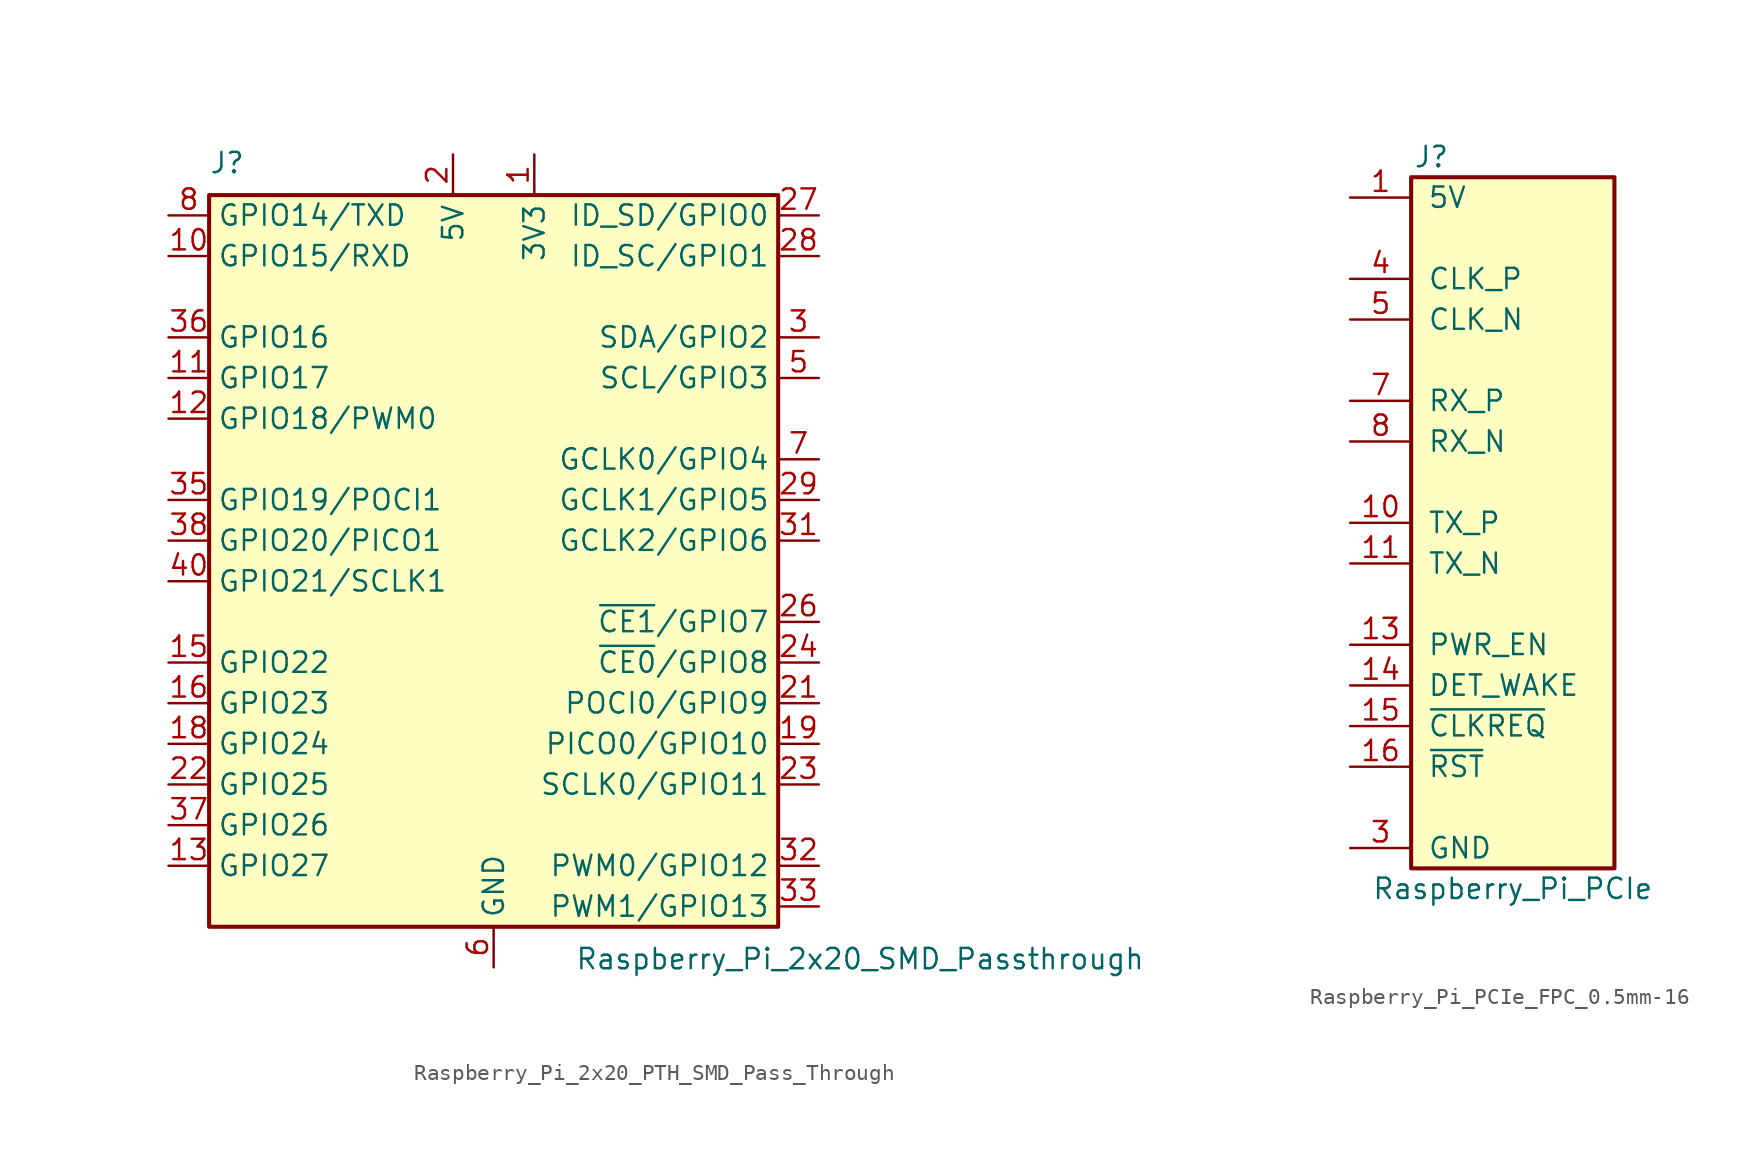
<source format=kicad_sym>
(kicad_symbol_lib
  (version 20231120)
  (generator "kicad_symbol_editor")
  (generator_version "8.0")
  (symbol "Raspberry_Pi_2x20_PTH_SMD_Pass_Through"
    (property "Reference" "J"
      (at -17.78 25.4 0)
      (effects (font (size 1.27 1.27)) (justify left bottom)))
    (property "Value" "Raspberry_Pi_2x20_SMD_Passthrough"
      (at 5.08 -22.86 0)
      (effects (font (size 1.27 1.27)) (justify left top)))
    (symbol "Raspberry_Pi_2x20_PTH_SMD_Pass_Through_0_1"
      (rectangle (start -17.78 24.13) (end 17.78 -21.59) (stroke (width 0.254) (type default)) (fill (type background))))
    (symbol "Raspberry_Pi_2x20_PTH_SMD_Pass_Through_1_1"
      (pin power_in line (at 2.54 26.67 270) (length 2.54) (name "3V3" (effects (font (size 1.27 1.27)))) (number "1" (effects (font (size 1.27 1.27)))))
      (pin bidirectional line (at -20.32 20.32 0) (length 2.54) (name "GPIO15/RXD" (effects (font (size 1.27 1.27)))) (number "10" (effects (font (size 1.27 1.27)))))
      (pin bidirectional line (at -20.32 12.7 0) (length 2.54) (name "GPIO17" (effects (font (size 1.27 1.27)))) (number "11" (effects (font (size 1.27 1.27)))))
      (pin bidirectional line (at -20.32 10.16 0) (length 2.54) (name "GPIO18/PWM0" (effects (font (size 1.27 1.27)))) (number "12" (effects (font (size 1.27 1.27)))))
      (pin bidirectional line (at -20.32 -17.78 0) (length 2.54) (name "GPIO27" (effects (font (size 1.27 1.27)))) (number "13" (effects (font (size 1.27 1.27)))))
      (pin passive line (at 0 -24.13 90) (length 2.54) hide (name "GND" (effects (font (size 1.27 1.27)))) (number "14" (effects (font (size 1.27 1.27)))))
      (pin bidirectional line (at -20.32 -5.08 0) (length 2.54) (name "GPIO22" (effects (font (size 1.27 1.27)))) (number "15" (effects (font (size 1.27 1.27)))))
      (pin bidirectional line (at -20.32 -7.62 0) (length 2.54) (name "GPIO23" (effects (font (size 1.27 1.27)))) (number "16" (effects (font (size 1.27 1.27)))))
      (pin passive line (at 2.54 26.67 270) (length 2.54) hide (name "3V3" (effects (font (size 1.27 1.27)))) (number "17" (effects (font (size 1.27 1.27)))))
      (pin bidirectional line (at -20.32 -10.16 0) (length 2.54) (name "GPIO24" (effects (font (size 1.27 1.27)))) (number "18" (effects (font (size 1.27 1.27)))))
      (pin bidirectional line (at 20.32 -10.16 180) (length 2.54) (name "PICO0/GPIO10" (effects (font (size 1.27 1.27)))) (number "19" (effects (font (size 1.27 1.27)))))
      (pin power_in line (at -2.54 26.67 270) (length 2.54) (name "5V" (effects (font (size 1.27 1.27)))) (number "2" (effects (font (size 1.27 1.27)))))
      (pin passive line (at 0 -24.13 90) (length 2.54) hide (name "GND" (effects (font (size 1.27 1.27)))) (number "20" (effects (font (size 1.27 1.27)))))
      (pin bidirectional line (at 20.32 -7.62 180) (length 2.54) (name "POCI0/GPIO9" (effects (font (size 1.27 1.27)))) (number "21" (effects (font (size 1.27 1.27)))))
      (pin bidirectional line (at -20.32 -12.7 0) (length 2.54) (name "GPIO25" (effects (font (size 1.27 1.27)))) (number "22" (effects (font (size 1.27 1.27)))))
      (pin bidirectional line (at 20.32 -12.7 180) (length 2.54) (name "SCLK0/GPIO11" (effects (font (size 1.27 1.27)))) (number "23" (effects (font (size 1.27 1.27)))))
      (pin bidirectional line (at 20.32 -5.08 180) (length 2.54) (name "~{CE0}/GPIO8" (effects (font (size 1.27 1.27)))) (number "24" (effects (font (size 1.27 1.27)))))
      (pin passive line (at 0 -24.13 90) (length 2.54) hide (name "GND" (effects (font (size 1.27 1.27)))) (number "25" (effects (font (size 1.27 1.27)))))
      (pin bidirectional line (at 20.32 -2.54 180) (length 2.54) (name "~{CE1}/GPIO7" (effects (font (size 1.27 1.27)))) (number "26" (effects (font (size 1.27 1.27)))))
      (pin bidirectional line (at 20.32 22.86 180) (length 2.54) (name "ID_SD/GPIO0" (effects (font (size 1.27 1.27)))) (number "27" (effects (font (size 1.27 1.27)))))
      (pin bidirectional line (at 20.32 20.32 180) (length 2.54) (name "ID_SC/GPIO1" (effects (font (size 1.27 1.27)))) (number "28" (effects (font (size 1.27 1.27)))))
      (pin bidirectional line (at 20.32 5.08 180) (length 2.54) (name "GCLK1/GPIO5" (effects (font (size 1.27 1.27)))) (number "29" (effects (font (size 1.27 1.27)))))
      (pin bidirectional line (at 20.32 15.24 180) (length 2.54) (name "SDA/GPIO2" (effects (font (size 1.27 1.27)))) (number "3" (effects (font (size 1.27 1.27)))))
      (pin passive line (at 0 -24.13 90) (length 2.54) hide (name "GND" (effects (font (size 1.27 1.27)))) (number "30" (effects (font (size 1.27 1.27)))))
      (pin bidirectional line (at 20.32 2.54 180) (length 2.54) (name "GCLK2/GPIO6" (effects (font (size 1.27 1.27)))) (number "31" (effects (font (size 1.27 1.27)))))
      (pin bidirectional line (at 20.32 -17.78 180) (length 2.54) (name "PWM0/GPIO12" (effects (font (size 1.27 1.27)))) (number "32" (effects (font (size 1.27 1.27)))))
      (pin bidirectional line (at 20.32 -20.32 180) (length 2.54) (name "PWM1/GPIO13" (effects (font (size 1.27 1.27)))) (number "33" (effects (font (size 1.27 1.27)))))
      (pin passive line (at 0 -24.13 90) (length 2.54) hide (name "GND" (effects (font (size 1.27 1.27)))) (number "34" (effects (font (size 1.27 1.27)))))
      (pin bidirectional line (at -20.32 5.08 0) (length 2.54) (name "GPIO19/POCI1" (effects (font (size 1.27 1.27)))) (number "35" (effects (font (size 1.27 1.27)))))
      (pin bidirectional line (at -20.32 15.24 0) (length 2.54) (name "GPIO16" (effects (font (size 1.27 1.27)))) (number "36" (effects (font (size 1.27 1.27)))))
      (pin bidirectional line (at -20.32 -15.24 0) (length 2.54) (name "GPIO26" (effects (font (size 1.27 1.27)))) (number "37" (effects (font (size 1.27 1.27)))))
      (pin bidirectional line (at -20.32 2.54 0) (length 2.54) (name "GPIO20/PICO1" (effects (font (size 1.27 1.27)))) (number "38" (effects (font (size 1.27 1.27)))))
      (pin passive line (at 0 -24.13 90) (length 2.54) hide (name "GND" (effects (font (size 1.27 1.27)))) (number "39" (effects (font (size 1.27 1.27)))))
      (pin passive line (at -2.54 26.67 270) (length 2.54) hide (name "5V" (effects (font (size 1.27 1.27)))) (number "4" (effects (font (size 1.27 1.27)))))
      (pin bidirectional line (at -20.32 0 0) (length 2.54) (name "GPIO21/SCLK1" (effects (font (size 1.27 1.27)))) (number "40" (effects (font (size 1.27 1.27)))))
      (pin bidirectional line (at 20.32 12.7 180) (length 2.54) (name "SCL/GPIO3" (effects (font (size 1.27 1.27)))) (number "5" (effects (font (size 1.27 1.27)))))
      (pin power_in line (at 0 -24.13 90) (length 2.54) (name "GND" (effects (font (size 1.27 1.27)))) (number "6" (effects (font (size 1.27 1.27)))))
      (pin bidirectional line (at 20.32 7.62 180) (length 2.54) (name "GCLK0/GPIO4" (effects (font (size 1.27 1.27)))) (number "7" (effects (font (size 1.27 1.27)))))
      (pin bidirectional line (at -20.32 22.86 0) (length 2.54) (name "GPIO14/TXD" (effects (font (size 1.27 1.27)))) (number "8" (effects (font (size 1.27 1.27)))))
      (pin passive line (at 0 -24.13 90) (length 2.54) hide (name "GND" (effects (font (size 1.27 1.27)))) (number "9" (effects (font (size 1.27 1.27)))))))
  (symbol "Raspberry_Pi_PCIe_FPC_0.5mm-16"
    (pin_names
      (offset 1.016))
    (property "Reference" "J"
      (at -5.08 22.86 0)
      (effects (font (size 1.27 1.27))))
    (property "Value" "Raspberry_Pi_PCIe"
      (at 0 -22.86 0)
      (effects (font (size 1.27 1.27))))
    (symbol "Raspberry_Pi_PCIe_FPC_0.5mm-16_1_1"
      (rectangle (start -6.35 21.59) (end 6.35 -21.59) (stroke (width 0.254) (type default)) (fill (type background)))
      (pin passive line (at -10.16 20.32 0) (length 3.81) (name "5V" (effects (font (size 1.27 1.27)))) (number "1" (effects (font (size 1.27 1.27)))))
      (pin passive line (at -10.16 0 0) (length 3.81) (name "TX_P" (effects (font (size 1.27 1.27)))) (number "10" (effects (font (size 1.27 1.27)))))
      (pin passive line (at -10.16 -2.54 0) (length 3.81) (name "TX_N" (effects (font (size 1.27 1.27)))) (number "11" (effects (font (size 1.27 1.27)))))
      (pin passive line (at -10.16 -20.32 0) (length 3.81) hide (name "GND" (effects (font (size 1.27 1.27)))) (number "12" (effects (font (size 1.27 1.27)))))
      (pin passive line (at -10.16 -7.62 0) (length 3.81) (name "PWR_EN" (effects (font (size 1.27 1.27)))) (number "13" (effects (font (size 1.27 1.27)))))
      (pin passive line (at -10.16 -10.16 0) (length 3.81) (name "DET_WAKE" (effects (font (size 1.27 1.27)))) (number "14" (effects (font (size 1.27 1.27)))))
      (pin passive line (at -10.16 -12.7 0) (length 3.81) (name "~{CLKREQ}" (effects (font (size 1.27 1.27)))) (number "15" (effects (font (size 1.27 1.27)))))
      (pin passive line (at -10.16 -15.24 0) (length 3.81) (name "~{RST}" (effects (font (size 1.27 1.27)))) (number "16" (effects (font (size 1.27 1.27)))))
      (pin passive line (at -10.16 20.32 0) (length 3.81) hide (name "5V" (effects (font (size 1.27 1.27)))) (number "2" (effects (font (size 1.27 1.27)))))
      (pin passive line (at -10.16 -20.32 0) (length 3.81) (name "GND" (effects (font (size 1.27 1.27)))) (number "3" (effects (font (size 1.27 1.27)))))
      (pin passive line (at -10.16 15.24 0) (length 3.81) (name "CLK_P" (effects (font (size 1.27 1.27)))) (number "4" (effects (font (size 1.27 1.27)))))
      (pin passive line (at -10.16 12.7 0) (length 3.81) (name "CLK_N" (effects (font (size 1.27 1.27)))) (number "5" (effects (font (size 1.27 1.27)))))
      (pin passive line (at -10.16 -20.32 0) (length 3.81) hide (name "GND" (effects (font (size 1.27 1.27)))) (number "6" (effects (font (size 1.27 1.27)))))
      (pin passive line (at -10.16 7.62 0) (length 3.81) (name "RX_P" (effects (font (size 1.27 1.27)))) (number "7" (effects (font (size 1.27 1.27)))))
      (pin passive line (at -10.16 5.08 0) (length 3.81) (name "RX_N" (effects (font (size 1.27 1.27)))) (number "8" (effects (font (size 1.27 1.27)))))
      (pin passive line (at -10.16 -20.32 0) (length 3.81) hide (name "GND" (effects (font (size 1.27 1.27)))) (number "9" (effects (font (size 1.27 1.27))))))))
</source>
